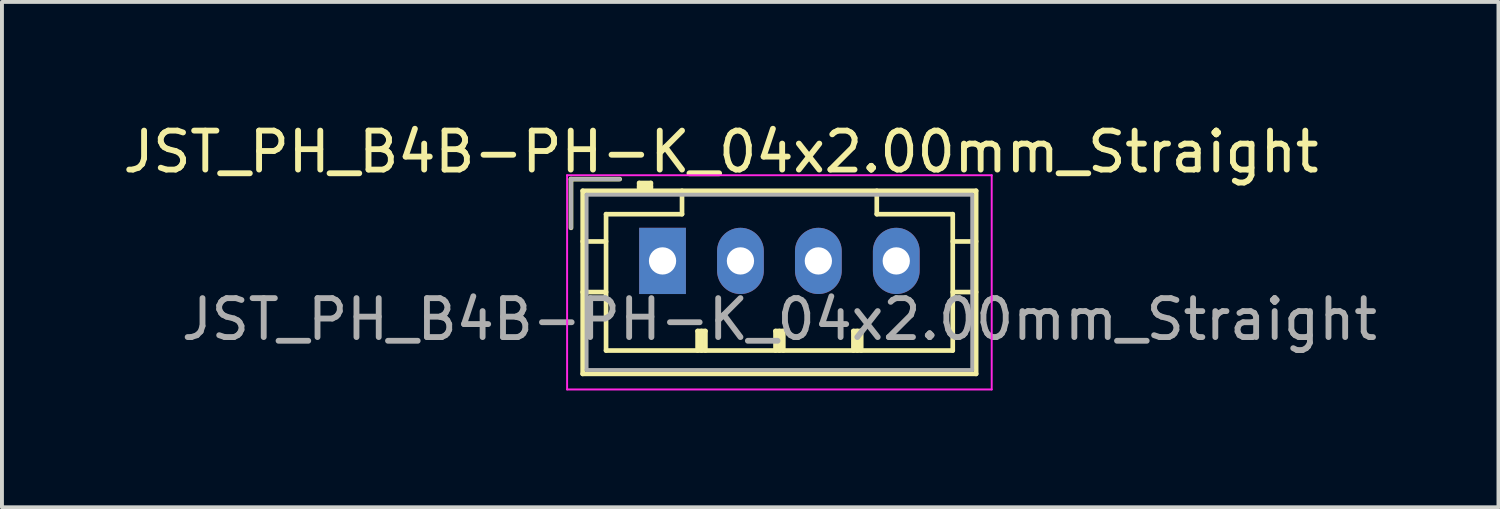
<source format=kicad_pcb>
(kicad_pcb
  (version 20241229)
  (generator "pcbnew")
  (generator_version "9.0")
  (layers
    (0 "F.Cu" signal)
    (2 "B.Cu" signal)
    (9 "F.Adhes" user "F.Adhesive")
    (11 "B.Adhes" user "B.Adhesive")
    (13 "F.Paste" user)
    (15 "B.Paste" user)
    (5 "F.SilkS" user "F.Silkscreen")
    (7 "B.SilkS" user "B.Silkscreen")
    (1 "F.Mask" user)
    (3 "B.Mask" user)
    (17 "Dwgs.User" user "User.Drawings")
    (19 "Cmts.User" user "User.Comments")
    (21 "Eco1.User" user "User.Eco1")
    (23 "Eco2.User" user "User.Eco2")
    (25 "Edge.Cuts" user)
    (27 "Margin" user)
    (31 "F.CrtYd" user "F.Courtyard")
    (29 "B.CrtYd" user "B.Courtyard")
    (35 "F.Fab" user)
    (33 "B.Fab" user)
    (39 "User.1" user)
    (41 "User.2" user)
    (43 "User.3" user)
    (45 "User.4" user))
  (footprint "JST_PH_B4B-PH-K_04x2.00mm_Straight"
    (layer "F.Cu")
    (at 13.958 3.648)
    (property "Reference" "JST_PH_B4B-PH-K_04x2.00mm_Straight" (at 1.5 -2.8 0) (layer "F.SilkS") (effects (font (size 1 1) (thickness 0.15))))
    (attr through_hole)
    (fp_line (start -2.35 -2.1) (end -2.35 -0.85) (stroke (width 0.12) (type solid)) (layer "F.SilkS"))
    (fp_line (start -2.05 -1.8) (end -2.05 2.9) (stroke (width 0.12) (type solid)) (layer "F.SilkS"))
    (fp_line (start -2.05 -0.5) (end -1.45 -0.5) (stroke (width 0.12) (type solid)) (layer "F.SilkS"))
    (fp_line (start -2.05 0.8) (end -1.45 0.8) (stroke (width 0.12) (type solid)) (layer "F.SilkS"))
    (fp_line (start -2.05 2.9) (end 8.05 2.9) (stroke (width 0.12) (type solid)) (layer "F.SilkS"))
    (fp_line (start -1.45 -1.2) (end -1.45 2.3) (stroke (width 0.12) (type solid)) (layer "F.SilkS"))
    (fp_line (start -1.45 2.3) (end 7.45 2.3) (stroke (width 0.12) (type solid)) (layer "F.SilkS"))
    (fp_line (start -1.1 -2.1) (end -2.35 -2.1) (stroke (width 0.12) (type solid)) (layer "F.SilkS"))
    (fp_line (start -0.6 -2) (end -0.6 -1.8) (stroke (width 0.12) (type solid)) (layer "F.SilkS"))
    (fp_line (start -0.3 -2) (end -0.6 -2) (stroke (width 0.12) (type solid)) (layer "F.SilkS"))
    (fp_line (start -0.3 -1.9) (end -0.6 -1.9) (stroke (width 0.12) (type solid)) (layer "F.SilkS"))
    (fp_line (start -0.3 -1.8) (end -0.3 -2) (stroke (width 0.12) (type solid)) (layer "F.SilkS"))
    (fp_line (start 0.5 -1.8) (end 0.5 -1.2) (stroke (width 0.12) (type solid)) (layer "F.SilkS"))
    (fp_line (start 0.5 -1.2) (end -1.45 -1.2) (stroke (width 0.12) (type solid)) (layer "F.SilkS"))
    (fp_line (start 0.9 1.8) (end 1.1 1.8) (stroke (width 0.12) (type solid)) (layer "F.SilkS"))
    (fp_line (start 0.9 2.3) (end 0.9 1.8) (stroke (width 0.12) (type solid)) (layer "F.SilkS"))
    (fp_line (start 1 2.3) (end 1 1.8) (stroke (width 0.12) (type solid)) (layer "F.SilkS"))
    (fp_line (start 1.1 1.8) (end 1.1 2.3) (stroke (width 0.12) (type solid)) (layer "F.SilkS"))
    (fp_line (start 2.9 1.8) (end 3.1 1.8) (stroke (width 0.12) (type solid)) (layer "F.SilkS"))
    (fp_line (start 2.9 2.3) (end 2.9 1.8) (stroke (width 0.12) (type solid)) (layer "F.SilkS"))
    (fp_line (start 3 2.3) (end 3 1.8) (stroke (width 0.12) (type solid)) (layer "F.SilkS"))
    (fp_line (start 3.1 1.8) (end 3.1 2.3) (stroke (width 0.12) (type solid)) (layer "F.SilkS"))
    (fp_line (start 4.9 1.8) (end 5.1 1.8) (stroke (width 0.12) (type solid)) (layer "F.SilkS"))
    (fp_line (start 4.9 2.3) (end 4.9 1.8) (stroke (width 0.12) (type solid)) (layer "F.SilkS"))
    (fp_line (start 5 2.3) (end 5 1.8) (stroke (width 0.12) (type solid)) (layer "F.SilkS"))
    (fp_line (start 5.1 1.8) (end 5.1 2.3) (stroke (width 0.12) (type solid)) (layer "F.SilkS"))
    (fp_line (start 5.5 -1.2) (end 5.5 -1.8) (stroke (width 0.12) (type solid)) (layer "F.SilkS"))
    (fp_line (start 7.45 -1.2) (end 5.5 -1.2) (stroke (width 0.12) (type solid)) (layer "F.SilkS"))
    (fp_line (start 7.45 2.3) (end 7.45 -1.2) (stroke (width 0.12) (type solid)) (layer "F.SilkS"))
    (fp_line (start 8.05 -1.8) (end -2.05 -1.8) (stroke (width 0.12) (type solid)) (layer "F.SilkS"))
    (fp_line (start 8.05 -0.5) (end 7.45 -0.5) (stroke (width 0.12) (type solid)) (layer "F.SilkS"))
    (fp_line (start 8.05 0.8) (end 7.45 0.8) (stroke (width 0.12) (type solid)) (layer "F.SilkS"))
    (fp_line (start 8.05 2.9) (end 8.05 -1.8) (stroke (width 0.12) (type solid)) (layer "F.SilkS"))
    (fp_line (start -2.45 -2.2) (end -2.45 3.3) (stroke (width 0.05) (type solid)) (layer "F.CrtYd"))
    (fp_line (start -2.45 3.3) (end 8.45 3.3) (stroke (width 0.05) (type solid)) (layer "F.CrtYd"))
    (fp_line (start 8.45 -2.2) (end -2.45 -2.2) (stroke (width 0.05) (type solid)) (layer "F.CrtYd"))
    (fp_line (start 8.45 3.3) (end 8.45 -2.2) (stroke (width 0.05) (type solid)) (layer "F.CrtYd"))
    (fp_line (start -2.35 -2.1) (end -2.35 -0.85) (stroke (width 0.1) (type solid)) (layer "F.Fab"))
    (fp_line (start -1.95 -1.7) (end -1.95 2.8) (stroke (width 0.1) (type solid)) (layer "F.Fab"))
    (fp_line (start -1.95 2.8) (end 7.95 2.8) (stroke (width 0.1) (type solid)) (layer "F.Fab"))
    (fp_line (start -1.1 -2.1) (end -2.35 -2.1) (stroke (width 0.1) (type solid)) (layer "F.Fab"))
    (fp_line (start 7.95 -1.7) (end -1.95 -1.7) (stroke (width 0.1) (type solid)) (layer "F.Fab"))
    (fp_line (start 7.95 2.8) (end 7.95 -1.7) (stroke (width 0.1) (type solid)) (layer "F.Fab"))
    (fp_text user "${REFERENCE}" (at 3 1.5 0) (layer "F.Fab") (effects (font (size 1 1) (thickness 0.15))))
    (pad "1" thru_hole rect (at 0 0) (size 1.2 1.7) (drill 0.7) (layers "*.Cu" "*.Mask"))
    (pad "2" thru_hole oval (at 2 0) (size 1.2 1.7) (drill 0.7) (layers "*.Cu" "*.Mask"))
    (pad "3" thru_hole oval (at 4 0) (size 1.2 1.7) (drill 0.7) (layers "*.Cu" "*.Mask"))
    (pad "4" thru_hole oval (at 6 0) (size 1.2 1.7) (drill 0.7) (layers "*.Cu" "*.Mask")))
  (gr_rect
    (start -3 -3)
    (end 35.417 9.973)
    (stroke (width 0.1) (type default))
    (fill no)
    (layer "Edge.Cuts")))
</source>
